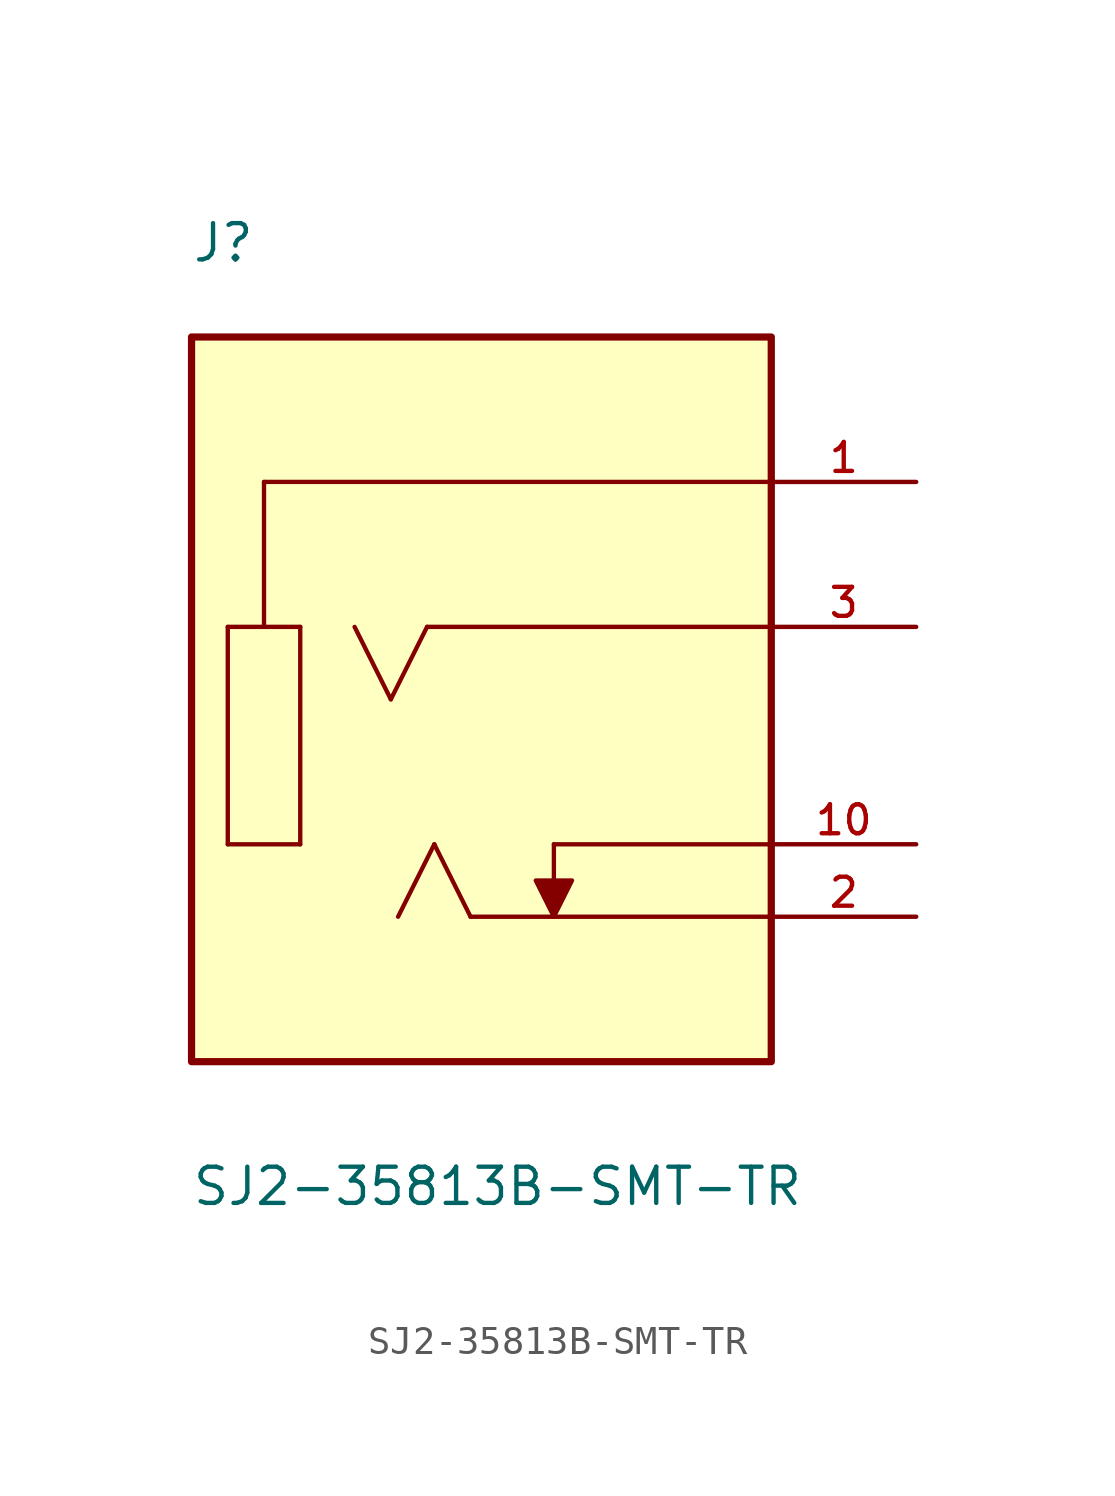
<source format=kicad_sym>
(kicad_symbol_lib
  (version 20211014)
  (generator kicad_symbol_editor)
  (symbol "SJ2-35813B-SMT-TR"
    (pin_names
      (offset 1.016))
    (property "Reference" "J"
      (at -10.172 15.258 0)
      (effects (font (size 1.27 1.27)) (justify bottom left)))
    (property "Value" "SJ2-35813B-SMT-TR"
      (at -10.18 -17.814 0)
      (effects (font (size 1.27 1.27)) (justify bottom left)))
    (symbol "SJ2-35813B-SMT-TR_0_0"
      (polyline (pts (xy 10.16 7.62) (xy -7.62 7.62)) (stroke (width 0.152)))
      (polyline (pts (xy -7.62 7.62) (xy -7.62 2.54)) (stroke (width 0.152)))
      (polyline (pts (xy -7.62 2.54) (xy -6.35 2.54)) (stroke (width 0.152)))
      (polyline (pts (xy -6.35 2.54) (xy -6.35 -5.08)) (stroke (width 0.152)))
      (polyline (pts (xy -6.35 -5.08) (xy -8.89 -5.08)) (stroke (width 0.152)))
      (polyline (pts (xy -8.89 -5.08) (xy -8.89 2.54)) (stroke (width 0.152)))
      (polyline (pts (xy -8.89 2.54) (xy -7.62 2.54)) (stroke (width 0.152)))
      (polyline (pts (xy 10.16 -7.62) (xy -0.381 -7.62)) (stroke (width 0.152)))
      (polyline (pts (xy -0.381 -7.62) (xy -1.651 -5.08)) (stroke (width 0.152)))
      (polyline (pts (xy -1.651 -5.08) (xy -2.921 -7.62)) (stroke (width 0.152)))
      (polyline (pts (xy 10.16 2.54) (xy -1.905 2.54)) (stroke (width 0.152)))
      (polyline (pts (xy -1.905 2.54) (xy -3.175 0.0)) (stroke (width 0.152)))
      (polyline (pts (xy -3.175 0.0) (xy -4.445 2.54)) (stroke (width 0.152)))
      (polyline (pts (xy 10.16 -5.08) (xy 2.54 -5.08)) (stroke (width 0.152)))
      (polyline (pts (xy 2.54 -5.08) (xy 2.54 -7.62)) (stroke (width 0.152)))
      (polyline (pts (xy 2.54 -7.62) (xy 1.905 -6.35) (xy 3.175 -6.35) (xy 2.54 -7.62)) (stroke (width 0.152)) (fill (type outline)))
      (rectangle (start -10.16 -12.7) (end 10.16 12.7) (stroke (width 0.254)) (fill (type background)))
      (pin passive line (at 15.24 7.62 180.0) (length 5.08) (name "~" (effects (font (size 1.016 1.016)))) (number "1" (effects (font (size 1.016 1.016)))))
      (pin passive line (at 15.24 2.54 180.0) (length 5.08) (name "~" (effects (font (size 1.016 1.016)))) (number "3" (effects (font (size 1.016 1.016)))))
      (pin passive line (at 15.24 -7.62 180.0) (length 5.08) (name "~" (effects (font (size 1.016 1.016)))) (number "2" (effects (font (size 1.016 1.016)))))
      (pin passive line (at 15.24 -5.08 180.0) (length 5.08) (name "~" (effects (font (size 1.016 1.016)))) (number "10" (effects (font (size 1.016 1.016))))))))
</source>
